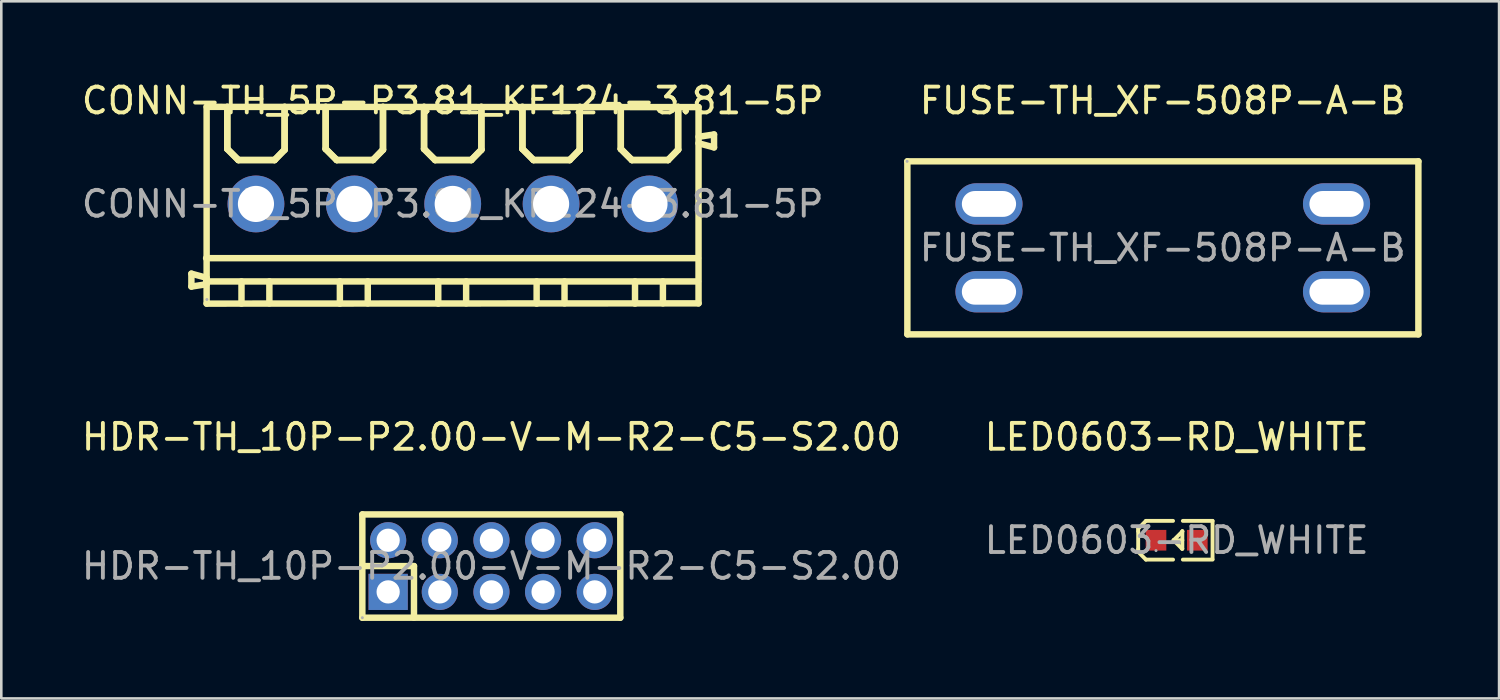
<source format=kicad_pcb>
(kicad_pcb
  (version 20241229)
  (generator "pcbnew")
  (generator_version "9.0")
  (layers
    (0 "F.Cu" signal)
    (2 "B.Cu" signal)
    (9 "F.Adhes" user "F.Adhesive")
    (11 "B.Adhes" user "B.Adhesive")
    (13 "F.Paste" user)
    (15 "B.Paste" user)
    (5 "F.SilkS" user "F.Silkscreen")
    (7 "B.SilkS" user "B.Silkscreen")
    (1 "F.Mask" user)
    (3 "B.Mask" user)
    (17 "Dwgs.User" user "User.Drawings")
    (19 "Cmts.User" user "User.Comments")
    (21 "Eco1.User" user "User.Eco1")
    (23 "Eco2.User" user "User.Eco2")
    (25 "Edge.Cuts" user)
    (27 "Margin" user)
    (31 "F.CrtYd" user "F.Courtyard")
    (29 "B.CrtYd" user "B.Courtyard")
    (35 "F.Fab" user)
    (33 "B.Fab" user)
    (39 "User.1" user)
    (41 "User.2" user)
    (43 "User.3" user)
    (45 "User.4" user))
  (footprint "HDR-TH_10P-P2.00-V-M-R2-C5-S2.00"
    (layer "F.Cu")
    (at 15.982 18.872)
    (property "Reference" "HDR-TH_10P-P2.00-V-M-R2-C5-S2.00" (at 0 -5 0) (layer "F.SilkS") (effects (font (size 1 1) (thickness 0.15))))
    (attr through_hole)
    (fp_line (start -5 -2) (end -5 2) (stroke (width 0.25) (type solid)) (layer "F.SilkS"))
    (fp_line (start -5 -2) (end 4.99 -2) (stroke (width 0.25) (type solid)) (layer "F.SilkS"))
    (fp_line (start -5 0) (end -3 0) (stroke (width 0.25) (type solid)) (layer "F.SilkS"))
    (fp_line (start -5 2) (end 4.99 2) (stroke (width 0.25) (type solid)) (layer "F.SilkS"))
    (fp_line (start -3 0) (end -3 2) (stroke (width 0.25) (type solid)) (layer "F.SilkS"))
    (fp_line (start 4.99 -2) (end 4.99 2) (stroke (width 0.25) (type solid)) (layer "F.SilkS"))
    (fp_circle (center -5 2) (end -4.97 2) (stroke (width 0.06) (type solid)) (fill no) (layer "F.Fab"))
    (fp_text user "${REFERENCE}" (at 0 0 0) (layer "F.Fab") (effects (font (size 1 1) (thickness 0.15))))
    (pad "1" thru_hole rect (at -4 1) (size 1.52 1.4) (drill 0.9) (layers "*.Cu" "*.Mask"))
    (pad "2" thru_hole circle (at -4 -1) (size 1.4 1.4) (drill 0.9) (layers "*.Cu" "*.Mask"))
    (pad "3" thru_hole circle (at -2 1) (size 1.4 1.4) (drill 0.9) (layers "*.Cu" "*.Mask"))
    (pad "4" thru_hole circle (at -2 -1) (size 1.4 1.4) (drill 0.9) (layers "*.Cu" "*.Mask"))
    (pad "5" thru_hole circle (at 0 1) (size 1.4 1.4) (drill 0.9) (layers "*.Cu" "*.Mask"))
    (pad "6" thru_hole circle (at 0 -1) (size 1.4 1.4) (drill 0.9) (layers "*.Cu" "*.Mask"))
    (pad "7" thru_hole circle (at 2 1) (size 1.4 1.4) (drill 0.9) (layers "*.Cu" "*.Mask"))
    (pad "8" thru_hole circle (at 2 -1) (size 1.4 1.4) (drill 0.9) (layers "*.Cu" "*.Mask"))
    (pad "9" thru_hole circle (at 4 1) (size 1.4 1.4) (drill 0.9) (layers "*.Cu" "*.Mask"))
    (pad "10" thru_hole circle (at 4 -1) (size 1.4 1.4) (drill 0.9) (layers "*.Cu" "*.Mask")))
  (footprint "LED0603-RD_WHITE"
    (layer "F.Cu")
    (at 42.518 17.872)
    (property "Reference" "LED0603-RD_WHITE" (at 0 -4 0) (layer "F.SilkS") (effects (font (size 1 1) (thickness 0.15))))
    (attr smd)
    (fp_line (start -1.49 -0.45) (end -1.19 -0.75) (stroke (width 0.15) (type solid)) (layer "F.SilkS"))
    (fp_line (start -1.49 -0.35) (end -1.49 -0.45) (stroke (width 0.15) (type solid)) (layer "F.SilkS"))
    (fp_line (start -1.49 -0.35) (end -1.49 0.35) (stroke (width 0.15) (type solid)) (layer "F.SilkS"))
    (fp_line (start -1.49 0.35) (end -1.49 0.45) (stroke (width 0.15) (type solid)) (layer "F.SilkS"))
    (fp_line (start -1.49 0.45) (end -1.19 0.75) (stroke (width 0.15) (type solid)) (layer "F.SilkS"))
    (fp_line (start -0.14 -0.75) (end -1.19 -0.75) (stroke (width 0.15) (type solid)) (layer "F.SilkS"))
    (fp_line (start -0.14 0.75) (end -1.19 0.75) (stroke (width 0.15) (type solid)) (layer "F.SilkS"))
    (fp_line (start 0.21 0.33) (end -0.12 0) (stroke (width 0.15) (type solid)) (layer "F.SilkS"))
    (fp_line (start 0.22 -0.35) (end 0.22 -0.34) (stroke (width 0.15) (type solid)) (layer "F.SilkS"))
    (fp_line (start 0.22 -0.35) (end 0.22 0.33) (stroke (width 0.15) (type solid)) (layer "F.SilkS"))
    (fp_line (start 0.22 -0.34) (end -0.12 0) (stroke (width 0.15) (type solid)) (layer "F.SilkS"))
    (fp_line (start 0.22 0) (end -0.12 0) (stroke (width 0.15) (type solid)) (layer "F.SilkS"))
    (fp_line (start 0.22 0.33) (end 0.21 0.33) (stroke (width 0.15) (type solid)) (layer "F.SilkS"))
    (fp_line (start 0.24 -0.75) (end 1.39 -0.75) (stroke (width 0.15) (type solid)) (layer "F.SilkS"))
    (fp_line (start 0.24 0.75) (end 1.39 0.75) (stroke (width 0.15) (type solid)) (layer "F.SilkS"))
    (fp_line (start 1.39 -0.75) (end 1.39 0.73) (stroke (width 0.15) (type solid)) (layer "F.SilkS"))
    (fp_circle (center -0.8 0.4) (end -0.77 0.4) (stroke (width 0.06) (type solid)) (fill no) (layer "F.Fab"))
    (fp_text user "${REFERENCE}" (at 0 0 0) (layer "F.Fab") (effects (font (size 1 1) (thickness 0.15))))
    (pad "1" smd rect (at -0.8 0 90) (size 0.8 0.8) (layers "F.Cu" "F.Mask" "F.Paste"))
    (pad "2" smd rect (at 0.8 0 90) (size 0.8 0.8) (layers "F.Cu" "F.Mask" "F.Paste")))
  (footprint "FUSE-TH_XF-508P-A-B"
    (layer "F.Cu")
    (at 41.979 6.548)
    (property "Reference" "FUSE-TH_XF-508P-A-B" (at 0 -5.7 0) (layer "F.SilkS") (effects (font (size 1 1) (thickness 0.15))))
    (attr through_hole)
    (fp_line (start -9.89 -3.35) (end -9.89 3.35) (stroke (width 0.25) (type solid)) (layer "F.SilkS"))
    (fp_line (start -9.89 3.35) (end 9.9 3.35) (stroke (width 0.25) (type solid)) (layer "F.SilkS"))
    (fp_line (start 9.9 -3.35) (end -9.89 -3.35) (stroke (width 0.25) (type solid)) (layer "F.SilkS"))
    (fp_line (start 9.9 3.35) (end 9.9 -3.35) (stroke (width 0.25) (type solid)) (layer "F.SilkS"))
    (fp_circle (center -9.9 -3.35) (end -9.87 -3.35) (stroke (width 0.06) (type solid)) (fill no) (layer "F.Fab"))
    (fp_text user "${REFERENCE}" (at 0 0 0) (layer "F.Fab") (effects (font (size 1 1) (thickness 0.15))))
    (pad "1" thru_hole oval (at -6.73 -1.7) (size 2.6 1.6) (drill oval 2.1 1) (layers "*.Cu" "*.Mask"))
    (pad "1" thru_hole oval (at -6.73 1.7) (size 2.6 1.6) (drill oval 2.1 1) (layers "*.Cu" "*.Mask"))
    (pad "2" thru_hole oval (at 6.73 -1.7) (size 2.6 1.6) (drill oval 2.1 1) (layers "*.Cu" "*.Mask"))
    (pad "2" thru_hole oval (at 6.73 1.7) (size 2.6 1.6) (drill oval 2.1 1) (layers "*.Cu" "*.Mask")))
  (footprint "CONN-TH_5P-P3.81_KF124-3.81-5P"
    (layer "F.Cu")
    (at 14.482 4.848)
    (property "Reference" "CONN-TH_5P-P3.81_KF124-3.81-5P" (at 0 -4 0) (layer "F.SilkS") (effects (font (size 1 1) (thickness 0.15))))
    (attr through_hole)
    (fp_line (start -10.12 2.7) (end -10.12 3.2) (stroke (width 0.25) (type solid)) (layer "F.SilkS"))
    (fp_line (start -10.12 3.2) (end -9.53 3.11) (stroke (width 0.25) (type solid)) (layer "F.SilkS"))
    (fp_line (start -9.55 2.1) (end 9.5 2.1) (stroke (width 0.25) (type solid)) (layer "F.SilkS"))
    (fp_line (start -9.55 3) (end 9.5 3) (stroke (width 0.25) (type solid)) (layer "F.SilkS"))
    (fp_line (start -9.53 -3.76) (end -9.53 3.86) (stroke (width 0.25) (type solid)) (layer "F.SilkS"))
    (fp_line (start -9.53 -3.76) (end 9.52 -3.75) (stroke (width 0.25) (type solid)) (layer "F.SilkS"))
    (fp_line (start -9.53 2.86) (end -10.12 2.7) (stroke (width 0.25) (type solid)) (layer "F.SilkS"))
    (fp_line (start -9.53 3.86) (end 9.52 3.85) (stroke (width 0.25) (type solid)) (layer "F.SilkS"))
    (fp_line (start -8.73 -3.76) (end -8.73 -2.13) (stroke (width 0.25) (type solid)) (layer "F.SilkS"))
    (fp_line (start -8.73 -3.76) (end -8.73 -2.13) (stroke (width 0.25) (type solid)) (layer "F.SilkS"))
    (fp_line (start -8.73 -2.13) (end -8.3 -1.7) (stroke (width 0.25) (type solid)) (layer "F.SilkS"))
    (fp_line (start -8.73 -2.13) (end -8.3 -1.7) (stroke (width 0.25) (type solid)) (layer "F.SilkS"))
    (fp_line (start -8.3 -1.7) (end -6.9 -1.7) (stroke (width 0.25) (type solid)) (layer "F.SilkS"))
    (fp_line (start -8.3 -1.7) (end -6.9 -1.7) (stroke (width 0.25) (type solid)) (layer "F.SilkS"))
    (fp_line (start -8.18 3) (end -8.18 3.86) (stroke (width 0.25) (type solid)) (layer "F.SilkS"))
    (fp_line (start -7.1 3) (end -7.1 3.85) (stroke (width 0.25) (type solid)) (layer "F.SilkS"))
    (fp_line (start -6.9 -1.7) (end -6.51 -2.1) (stroke (width 0.25) (type solid)) (layer "F.SilkS"))
    (fp_line (start -6.9 -1.7) (end -6.51 -2.1) (stroke (width 0.25) (type solid)) (layer "F.SilkS"))
    (fp_line (start -6.51 -2.1) (end -6.51 -3.76) (stroke (width 0.25) (type solid)) (layer "F.SilkS"))
    (fp_line (start -6.51 -2.1) (end -6.51 -3.76) (stroke (width 0.25) (type solid)) (layer "F.SilkS"))
    (fp_line (start -4.92 -3.76) (end -4.92 -2.13) (stroke (width 0.25) (type solid)) (layer "F.SilkS"))
    (fp_line (start -4.92 -3.76) (end -4.92 -2.13) (stroke (width 0.25) (type solid)) (layer "F.SilkS"))
    (fp_line (start -4.92 -2.13) (end -4.49 -1.7) (stroke (width 0.25) (type solid)) (layer "F.SilkS"))
    (fp_line (start -4.92 -2.13) (end -4.49 -1.7) (stroke (width 0.25) (type solid)) (layer "F.SilkS"))
    (fp_line (start -4.49 -1.7) (end -3.09 -1.7) (stroke (width 0.25) (type solid)) (layer "F.SilkS"))
    (fp_line (start -4.49 -1.7) (end -3.09 -1.7) (stroke (width 0.25) (type solid)) (layer "F.SilkS"))
    (fp_line (start -4.37 3) (end -4.37 3.86) (stroke (width 0.25) (type solid)) (layer "F.SilkS"))
    (fp_line (start -3.29 3) (end -3.29 3.85) (stroke (width 0.25) (type solid)) (layer "F.SilkS"))
    (fp_line (start -3.09 -1.7) (end -2.7 -2.1) (stroke (width 0.25) (type solid)) (layer "F.SilkS"))
    (fp_line (start -3.09 -1.7) (end -2.7 -2.1) (stroke (width 0.25) (type solid)) (layer "F.SilkS"))
    (fp_line (start -2.7 -2.1) (end -2.7 -3.76) (stroke (width 0.25) (type solid)) (layer "F.SilkS"))
    (fp_line (start -2.7 -2.1) (end -2.7 -3.76) (stroke (width 0.25) (type solid)) (layer "F.SilkS"))
    (fp_line (start -1.11 -3.76) (end -1.11 -2.13) (stroke (width 0.25) (type solid)) (layer "F.SilkS"))
    (fp_line (start -1.11 -3.76) (end -1.11 -2.13) (stroke (width 0.25) (type solid)) (layer "F.SilkS"))
    (fp_line (start -1.11 -2.13) (end -0.68 -1.7) (stroke (width 0.25) (type solid)) (layer "F.SilkS"))
    (fp_line (start -1.11 -2.13) (end -0.68 -1.7) (stroke (width 0.25) (type solid)) (layer "F.SilkS"))
    (fp_line (start -0.68 -1.7) (end 0.72 -1.7) (stroke (width 0.25) (type solid)) (layer "F.SilkS"))
    (fp_line (start -0.68 -1.7) (end 0.72 -1.7) (stroke (width 0.25) (type solid)) (layer "F.SilkS"))
    (fp_line (start -0.56 3) (end -0.56 3.86) (stroke (width 0.25) (type solid)) (layer "F.SilkS"))
    (fp_line (start 0.52 3) (end 0.52 3.85) (stroke (width 0.25) (type solid)) (layer "F.SilkS"))
    (fp_line (start 0.72 -1.7) (end 1.11 -2.1) (stroke (width 0.25) (type solid)) (layer "F.SilkS"))
    (fp_line (start 0.72 -1.7) (end 1.11 -2.1) (stroke (width 0.25) (type solid)) (layer "F.SilkS"))
    (fp_line (start 1.11 -2.1) (end 1.11 -3.76) (stroke (width 0.25) (type solid)) (layer "F.SilkS"))
    (fp_line (start 1.11 -2.1) (end 1.11 -3.76) (stroke (width 0.25) (type solid)) (layer "F.SilkS"))
    (fp_line (start 2.7 -3.76) (end 2.7 -2.13) (stroke (width 0.25) (type solid)) (layer "F.SilkS"))
    (fp_line (start 2.7 -3.76) (end 2.7 -2.13) (stroke (width 0.25) (type solid)) (layer "F.SilkS"))
    (fp_line (start 2.7 -2.13) (end 3.13 -1.7) (stroke (width 0.25) (type solid)) (layer "F.SilkS"))
    (fp_line (start 2.7 -2.13) (end 3.13 -1.7) (stroke (width 0.25) (type solid)) (layer "F.SilkS"))
    (fp_line (start 3.13 -1.7) (end 4.53 -1.7) (stroke (width 0.25) (type solid)) (layer "F.SilkS"))
    (fp_line (start 3.13 -1.7) (end 4.53 -1.7) (stroke (width 0.25) (type solid)) (layer "F.SilkS"))
    (fp_line (start 3.25 3) (end 3.25 3.86) (stroke (width 0.25) (type solid)) (layer "F.SilkS"))
    (fp_line (start 4.33 3) (end 4.33 3.85) (stroke (width 0.25) (type solid)) (layer "F.SilkS"))
    (fp_line (start 4.53 -1.7) (end 4.92 -2.1) (stroke (width 0.25) (type solid)) (layer "F.SilkS"))
    (fp_line (start 4.53 -1.7) (end 4.92 -2.1) (stroke (width 0.25) (type solid)) (layer "F.SilkS"))
    (fp_line (start 4.92 -2.1) (end 4.92 -3.76) (stroke (width 0.25) (type solid)) (layer "F.SilkS"))
    (fp_line (start 4.92 -2.1) (end 4.92 -3.76) (stroke (width 0.25) (type solid)) (layer "F.SilkS"))
    (fp_line (start 6.51 -3.76) (end 6.51 -2.13) (stroke (width 0.25) (type solid)) (layer "F.SilkS"))
    (fp_line (start 6.51 -3.76) (end 6.51 -2.13) (stroke (width 0.25) (type solid)) (layer "F.SilkS"))
    (fp_line (start 6.51 -2.13) (end 6.94 -1.7) (stroke (width 0.25) (type solid)) (layer "F.SilkS"))
    (fp_line (start 6.51 -2.13) (end 6.94 -1.7) (stroke (width 0.25) (type solid)) (layer "F.SilkS"))
    (fp_line (start 6.94 -1.7) (end 8.34 -1.7) (stroke (width 0.25) (type solid)) (layer "F.SilkS"))
    (fp_line (start 6.94 -1.7) (end 8.34 -1.7) (stroke (width 0.25) (type solid)) (layer "F.SilkS"))
    (fp_line (start 7.06 3) (end 7.06 3.86) (stroke (width 0.25) (type solid)) (layer "F.SilkS"))
    (fp_line (start 8.14 3) (end 8.14 3.85) (stroke (width 0.25) (type solid)) (layer "F.SilkS"))
    (fp_line (start 8.34 -1.7) (end 8.73 -2.1) (stroke (width 0.25) (type solid)) (layer "F.SilkS"))
    (fp_line (start 8.34 -1.7) (end 8.73 -2.1) (stroke (width 0.25) (type solid)) (layer "F.SilkS"))
    (fp_line (start 8.73 -2.1) (end 8.73 -3.76) (stroke (width 0.25) (type solid)) (layer "F.SilkS"))
    (fp_line (start 8.73 -2.1) (end 8.73 -3.76) (stroke (width 0.25) (type solid)) (layer "F.SilkS"))
    (fp_line (start 9.52 -2.35) (end 10.12 -2.19) (stroke (width 0.25) (type solid)) (layer "F.SilkS"))
    (fp_line (start 9.52 3.85) (end 9.52 -3.75) (stroke (width 0.25) (type solid)) (layer "F.SilkS"))
    (fp_line (start 10.12 -2.69) (end 9.52 -2.6) (stroke (width 0.25) (type solid)) (layer "F.SilkS"))
    (fp_line (start 10.12 -2.19) (end 10.12 -2.69) (stroke (width 0.25) (type solid)) (layer "F.SilkS"))
    (fp_circle (center -9.52 3.7) (end -9.49 3.7) (stroke (width 0.06) (type solid)) (fill no) (layer "F.Fab"))
    (fp_text user "${REFERENCE}" (at 0 0 0) (layer "F.Fab") (effects (font (size 1 1) (thickness 0.15))))
    (pad "1" thru_hole circle (at -7.62 0) (size 2.2 2.2) (drill 1.4) (layers "*.Cu" "*.Mask"))
    (pad "2" thru_hole circle (at -3.81 0) (size 2.2 2.2) (drill 1.4) (layers "*.Cu" "*.Mask"))
    (pad "3" thru_hole circle (at 0 0) (size 2.2 2.2) (drill 1.4) (layers "*.Cu" "*.Mask"))
    (pad "4" thru_hole circle (at 3.81 0) (size 2.2 2.2) (drill 1.4) (layers "*.Cu" "*.Mask"))
    (pad "5" thru_hole circle (at 7.62 0) (size 2.2 2.2) (drill 1.4) (layers "*.Cu" "*.Mask")))
  (gr_rect
    (start -3 -3)
    (end 55.004 23.997)
    (stroke (width 0.1) (type default))
    (fill no)
    (layer "Edge.Cuts")))
</source>
